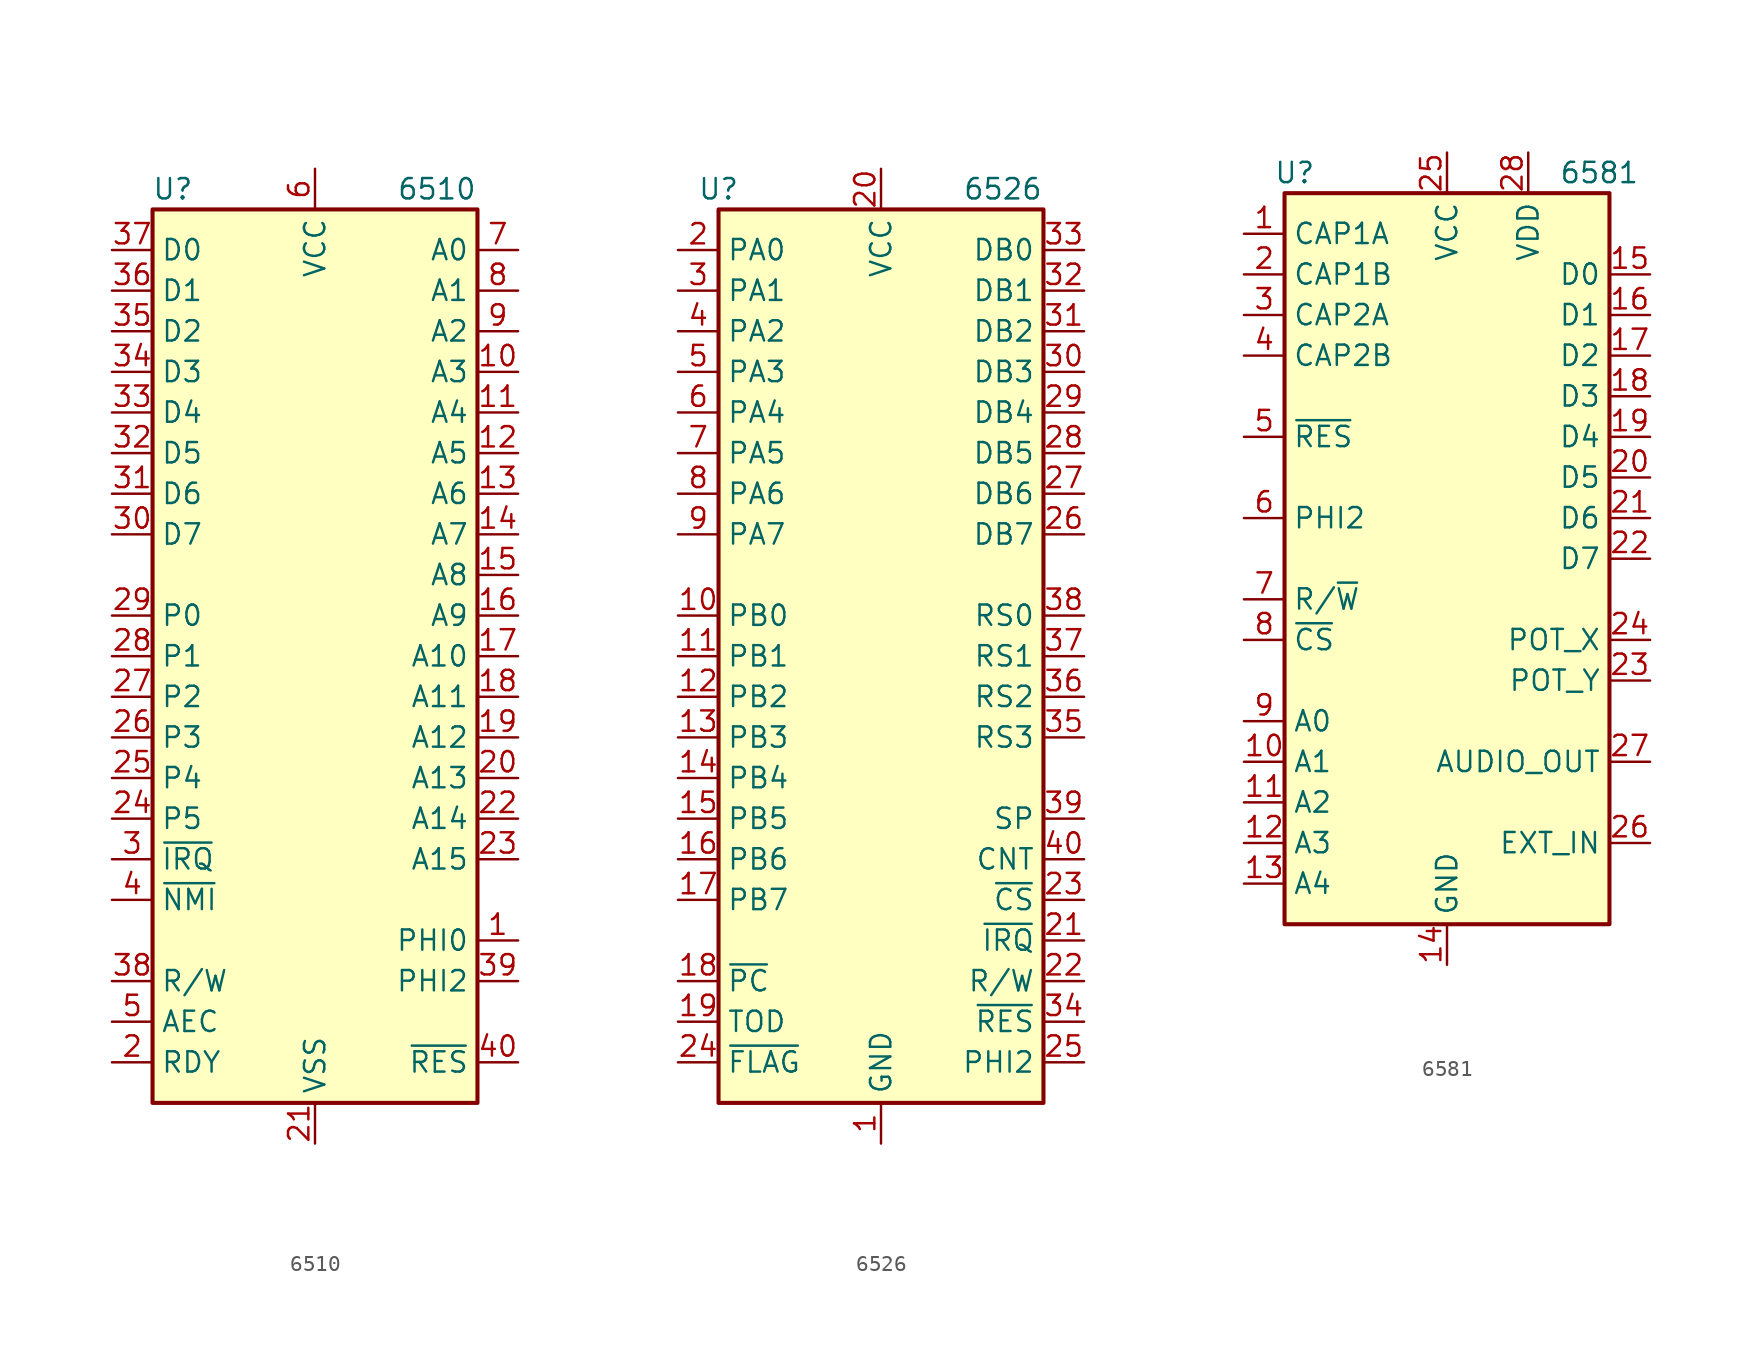
<source format=kicad_sym>
(kicad_symbol_lib
  (version 20220914)
  (generator kicad_symbol_editor)
  (symbol "6510"
    (property "Reference" "U"
      (at -8.89 29.21 0)
      (effects (font (size 1.27 1.27))))
    (property "Value" "6510"
      (at 7.62 29.21 0)
      (effects (font (size 1.27 1.27))))
    (symbol "6510_0_1"
      (rectangle (start -10.16 27.94) (end 10.16 -27.94) (stroke (width 0.254) (type solid)) (fill (type background))))
    (symbol "6510_1_1"
      (pin input line (at 12.7 -17.78 180) (length 2.54) (name "PHI0" (effects (font (size 1.27 1.27)))) (number "1" (effects (font (size 1.27 1.27)))))
      (pin output line (at 12.7 17.78 180) (length 2.54) (name "A3" (effects (font (size 1.27 1.27)))) (number "10" (effects (font (size 1.27 1.27)))))
      (pin output line (at 12.7 15.24 180) (length 2.54) (name "A4" (effects (font (size 1.27 1.27)))) (number "11" (effects (font (size 1.27 1.27)))))
      (pin output line (at 12.7 12.7 180) (length 2.54) (name "A5" (effects (font (size 1.27 1.27)))) (number "12" (effects (font (size 1.27 1.27)))))
      (pin output line (at 12.7 10.16 180) (length 2.54) (name "A6" (effects (font (size 1.27 1.27)))) (number "13" (effects (font (size 1.27 1.27)))))
      (pin output line (at 12.7 7.62 180) (length 2.54) (name "A7" (effects (font (size 1.27 1.27)))) (number "14" (effects (font (size 1.27 1.27)))))
      (pin output line (at 12.7 5.08 180) (length 2.54) (name "A8" (effects (font (size 1.27 1.27)))) (number "15" (effects (font (size 1.27 1.27)))))
      (pin output line (at 12.7 2.54 180) (length 2.54) (name "A9" (effects (font (size 1.27 1.27)))) (number "16" (effects (font (size 1.27 1.27)))))
      (pin output line (at 12.7 0 180) (length 2.54) (name "A10" (effects (font (size 1.27 1.27)))) (number "17" (effects (font (size 1.27 1.27)))))
      (pin output line (at 12.7 -2.54 180) (length 2.54) (name "A11" (effects (font (size 1.27 1.27)))) (number "18" (effects (font (size 1.27 1.27)))))
      (pin output line (at 12.7 -5.08 180) (length 2.54) (name "A12" (effects (font (size 1.27 1.27)))) (number "19" (effects (font (size 1.27 1.27)))))
      (pin input line (at -12.7 -25.4 0) (length 2.54) (name "RDY" (effects (font (size 1.27 1.27)))) (number "2" (effects (font (size 1.27 1.27)))))
      (pin output line (at 12.7 -7.62 180) (length 2.54) (name "A13" (effects (font (size 1.27 1.27)))) (number "20" (effects (font (size 1.27 1.27)))))
      (pin power_in line (at 0 -30.48 90) (length 2.54) (name "VSS" (effects (font (size 1.27 1.27)))) (number "21" (effects (font (size 1.27 1.27)))))
      (pin output line (at 12.7 -10.16 180) (length 2.54) (name "A14" (effects (font (size 1.27 1.27)))) (number "22" (effects (font (size 1.27 1.27)))))
      (pin output line (at 12.7 -12.7 180) (length 2.54) (name "A15" (effects (font (size 1.27 1.27)))) (number "23" (effects (font (size 1.27 1.27)))))
      (pin bidirectional line (at -12.7 -10.16 0) (length 2.54) (name "P5" (effects (font (size 1.27 1.27)))) (number "24" (effects (font (size 1.27 1.27)))))
      (pin bidirectional line (at -12.7 -7.62 0) (length 2.54) (name "P4" (effects (font (size 1.27 1.27)))) (number "25" (effects (font (size 1.27 1.27)))))
      (pin bidirectional line (at -12.7 -5.08 0) (length 2.54) (name "P3" (effects (font (size 1.27 1.27)))) (number "26" (effects (font (size 1.27 1.27)))))
      (pin bidirectional line (at -12.7 -2.54 0) (length 2.54) (name "P2" (effects (font (size 1.27 1.27)))) (number "27" (effects (font (size 1.27 1.27)))))
      (pin bidirectional line (at -12.7 0 0) (length 2.54) (name "P1" (effects (font (size 1.27 1.27)))) (number "28" (effects (font (size 1.27 1.27)))))
      (pin bidirectional line (at -12.7 2.54 0) (length 2.54) (name "P0" (effects (font (size 1.27 1.27)))) (number "29" (effects (font (size 1.27 1.27)))))
      (pin input line (at -12.7 -12.7 0) (length 2.54) (name "~{IRQ}" (effects (font (size 1.27 1.27)))) (number "3" (effects (font (size 1.27 1.27)))))
      (pin bidirectional line (at -12.7 7.62 0) (length 2.54) (name "D7" (effects (font (size 1.27 1.27)))) (number "30" (effects (font (size 1.27 1.27)))))
      (pin bidirectional line (at -12.7 10.16 0) (length 2.54) (name "D6" (effects (font (size 1.27 1.27)))) (number "31" (effects (font (size 1.27 1.27)))))
      (pin bidirectional line (at -12.7 12.7 0) (length 2.54) (name "D5" (effects (font (size 1.27 1.27)))) (number "32" (effects (font (size 1.27 1.27)))))
      (pin bidirectional line (at -12.7 15.24 0) (length 2.54) (name "D4" (effects (font (size 1.27 1.27)))) (number "33" (effects (font (size 1.27 1.27)))))
      (pin bidirectional line (at -12.7 17.78 0) (length 2.54) (name "D3" (effects (font (size 1.27 1.27)))) (number "34" (effects (font (size 1.27 1.27)))))
      (pin bidirectional line (at -12.7 20.32 0) (length 2.54) (name "D2" (effects (font (size 1.27 1.27)))) (number "35" (effects (font (size 1.27 1.27)))))
      (pin bidirectional line (at -12.7 22.86 0) (length 2.54) (name "D1" (effects (font (size 1.27 1.27)))) (number "36" (effects (font (size 1.27 1.27)))))
      (pin bidirectional line (at -12.7 25.4 0) (length 2.54) (name "D0" (effects (font (size 1.27 1.27)))) (number "37" (effects (font (size 1.27 1.27)))))
      (pin output line (at -12.7 -20.32 0) (length 2.54) (name "R/W" (effects (font (size 1.27 1.27)))) (number "38" (effects (font (size 1.27 1.27)))))
      (pin output line (at 12.7 -20.32 180) (length 2.54) (name "PHI2" (effects (font (size 1.27 1.27)))) (number "39" (effects (font (size 1.27 1.27)))))
      (pin input line (at -12.7 -15.24 0) (length 2.54) (name "~{NMI}" (effects (font (size 1.27 1.27)))) (number "4" (effects (font (size 1.27 1.27)))))
      (pin input line (at 12.7 -25.4 180) (length 2.54) (name "~{RES}" (effects (font (size 1.27 1.27)))) (number "40" (effects (font (size 1.27 1.27)))))
      (pin input line (at -12.7 -22.86 0) (length 2.54) (name "AEC" (effects (font (size 1.27 1.27)))) (number "5" (effects (font (size 1.27 1.27)))))
      (pin power_in line (at 0 30.48 270) (length 2.54) (name "VCC" (effects (font (size 1.27 1.27)))) (number "6" (effects (font (size 1.27 1.27)))))
      (pin output line (at 12.7 25.4 180) (length 2.54) (name "A0" (effects (font (size 1.27 1.27)))) (number "7" (effects (font (size 1.27 1.27)))))
      (pin output line (at 12.7 22.86 180) (length 2.54) (name "A1" (effects (font (size 1.27 1.27)))) (number "8" (effects (font (size 1.27 1.27)))))
      (pin output line (at 12.7 20.32 180) (length 2.54) (name "A2" (effects (font (size 1.27 1.27)))) (number "9" (effects (font (size 1.27 1.27)))))))
  (symbol "6526"
    (property "Reference" "U"
      (at -10.16 29.21 0)
      (effects (font (size 1.27 1.27))))
    (property "Value" "6526"
      (at 7.62 29.21 0)
      (effects (font (size 1.27 1.27))))
    (symbol "6526_0_0"
      (pin power_in line (at 0 -30.48 90) (length 2.54) (name "GND" (effects (font (size 1.27 1.27)))) (number "1" (effects (font (size 1.27 1.27)))))
      (pin bidirectional line (at -12.7 2.54 0) (length 2.54) (name "PB0" (effects (font (size 1.27 1.27)))) (number "10" (effects (font (size 1.27 1.27)))))
      (pin bidirectional line (at -12.7 0 0) (length 2.54) (name "PB1" (effects (font (size 1.27 1.27)))) (number "11" (effects (font (size 1.27 1.27)))))
      (pin bidirectional line (at -12.7 -2.54 0) (length 2.54) (name "PB2" (effects (font (size 1.27 1.27)))) (number "12" (effects (font (size 1.27 1.27)))))
      (pin bidirectional line (at -12.7 -5.08 0) (length 2.54) (name "PB3" (effects (font (size 1.27 1.27)))) (number "13" (effects (font (size 1.27 1.27)))))
      (pin bidirectional line (at -12.7 -7.62 0) (length 2.54) (name "PB4" (effects (font (size 1.27 1.27)))) (number "14" (effects (font (size 1.27 1.27)))))
      (pin bidirectional line (at -12.7 -10.16 0) (length 2.54) (name "PB5" (effects (font (size 1.27 1.27)))) (number "15" (effects (font (size 1.27 1.27)))))
      (pin bidirectional line (at -12.7 -12.7 0) (length 2.54) (name "PB6" (effects (font (size 1.27 1.27)))) (number "16" (effects (font (size 1.27 1.27)))))
      (pin bidirectional line (at -12.7 -15.24 0) (length 2.54) (name "PB7" (effects (font (size 1.27 1.27)))) (number "17" (effects (font (size 1.27 1.27)))))
      (pin output line (at -12.7 -20.32 0) (length 2.54) (name "~{PC}" (effects (font (size 1.27 1.27)))) (number "18" (effects (font (size 1.27 1.27)))))
      (pin input line (at -12.7 -22.86 0) (length 2.54) (name "TOD" (effects (font (size 1.27 1.27)))) (number "19" (effects (font (size 1.27 1.27)))))
      (pin bidirectional line (at -12.7 25.4 0) (length 2.54) (name "PA0" (effects (font (size 1.27 1.27)))) (number "2" (effects (font (size 1.27 1.27)))))
      (pin power_in line (at 0 30.48 270) (length 2.54) (name "VCC" (effects (font (size 1.27 1.27)))) (number "20" (effects (font (size 1.27 1.27)))))
      (pin open_collector line (at 12.7 -17.78 180) (length 2.54) (name "~{IRQ}" (effects (font (size 1.27 1.27)))) (number "21" (effects (font (size 1.27 1.27)))))
      (pin input line (at 12.7 -20.32 180) (length 2.54) (name "R/W" (effects (font (size 1.27 1.27)))) (number "22" (effects (font (size 1.27 1.27)))))
      (pin input line (at 12.7 -15.24 180) (length 2.54) (name "~{CS}" (effects (font (size 1.27 1.27)))) (number "23" (effects (font (size 1.27 1.27)))))
      (pin input line (at -12.7 -25.4 0) (length 2.54) (name "~{FLAG}" (effects (font (size 1.27 1.27)))) (number "24" (effects (font (size 1.27 1.27)))))
      (pin input line (at 12.7 -25.4 180) (length 2.54) (name "PHI2" (effects (font (size 1.27 1.27)))) (number "25" (effects (font (size 1.27 1.27)))))
      (pin bidirectional line (at 12.7 7.62 180) (length 2.54) (name "DB7" (effects (font (size 1.27 1.27)))) (number "26" (effects (font (size 1.27 1.27)))))
      (pin bidirectional line (at 12.7 10.16 180) (length 2.54) (name "DB6" (effects (font (size 1.27 1.27)))) (number "27" (effects (font (size 1.27 1.27)))))
      (pin bidirectional line (at 12.7 12.7 180) (length 2.54) (name "DB5" (effects (font (size 1.27 1.27)))) (number "28" (effects (font (size 1.27 1.27)))))
      (pin bidirectional line (at 12.7 15.24 180) (length 2.54) (name "DB4" (effects (font (size 1.27 1.27)))) (number "29" (effects (font (size 1.27 1.27)))))
      (pin bidirectional line (at -12.7 22.86 0) (length 2.54) (name "PA1" (effects (font (size 1.27 1.27)))) (number "3" (effects (font (size 1.27 1.27)))))
      (pin bidirectional line (at 12.7 17.78 180) (length 2.54) (name "DB3" (effects (font (size 1.27 1.27)))) (number "30" (effects (font (size 1.27 1.27)))))
      (pin bidirectional line (at 12.7 20.32 180) (length 2.54) (name "DB2" (effects (font (size 1.27 1.27)))) (number "31" (effects (font (size 1.27 1.27)))))
      (pin bidirectional line (at 12.7 22.86 180) (length 2.54) (name "DB1" (effects (font (size 1.27 1.27)))) (number "32" (effects (font (size 1.27 1.27)))))
      (pin bidirectional line (at 12.7 25.4 180) (length 2.54) (name "DB0" (effects (font (size 1.27 1.27)))) (number "33" (effects (font (size 1.27 1.27)))))
      (pin input line (at 12.7 -22.86 180) (length 2.54) (name "~{RES}" (effects (font (size 1.27 1.27)))) (number "34" (effects (font (size 1.27 1.27)))))
      (pin input line (at 12.7 -5.08 180) (length 2.54) (name "RS3" (effects (font (size 1.27 1.27)))) (number "35" (effects (font (size 1.27 1.27)))))
      (pin input line (at 12.7 -2.54 180) (length 2.54) (name "RS2" (effects (font (size 1.27 1.27)))) (number "36" (effects (font (size 1.27 1.27)))))
      (pin input line (at 12.7 0 180) (length 2.54) (name "RS1" (effects (font (size 1.27 1.27)))) (number "37" (effects (font (size 1.27 1.27)))))
      (pin input line (at 12.7 2.54 180) (length 2.54) (name "RS0" (effects (font (size 1.27 1.27)))) (number "38" (effects (font (size 1.27 1.27)))))
      (pin bidirectional line (at 12.7 -10.16 180) (length 2.54) (name "SP" (effects (font (size 1.27 1.27)))) (number "39" (effects (font (size 1.27 1.27)))))
      (pin bidirectional line (at -12.7 20.32 0) (length 2.54) (name "PA2" (effects (font (size 1.27 1.27)))) (number "4" (effects (font (size 1.27 1.27)))))
      (pin bidirectional line (at 12.7 -12.7 180) (length 2.54) (name "CNT" (effects (font (size 1.27 1.27)))) (number "40" (effects (font (size 1.27 1.27)))))
      (pin bidirectional line (at -12.7 17.78 0) (length 2.54) (name "PA3" (effects (font (size 1.27 1.27)))) (number "5" (effects (font (size 1.27 1.27)))))
      (pin bidirectional line (at -12.7 15.24 0) (length 2.54) (name "PA4" (effects (font (size 1.27 1.27)))) (number "6" (effects (font (size 1.27 1.27)))))
      (pin bidirectional line (at -12.7 12.7 0) (length 2.54) (name "PA5" (effects (font (size 1.27 1.27)))) (number "7" (effects (font (size 1.27 1.27)))))
      (pin bidirectional line (at -12.7 10.16 0) (length 2.54) (name "PA6" (effects (font (size 1.27 1.27)))) (number "8" (effects (font (size 1.27 1.27)))))
      (pin bidirectional line (at -12.7 7.62 0) (length 2.54) (name "PA7" (effects (font (size 1.27 1.27)))) (number "9" (effects (font (size 1.27 1.27))))))
    (symbol "6526_0_1"
      (rectangle (start -10.16 27.94) (end 10.16 -27.94) (stroke (width 0.254) (type solid)) (fill (type background)))))
  (symbol "6581"
    (property "Reference" "U"
      (at -9.525 24.13 0)
      (effects (font (size 1.27 1.27))))
    (property "Value" "6581"
      (at 9.525 24.13 0)
      (effects (font (size 1.27 1.27))))
    (symbol "6581_0_1"
      (rectangle (start -10.16 22.86) (end 10.16 -22.86) (stroke (width 0.254) (type solid)) (fill (type background))))
    (symbol "6581_1_1"
      (pin passive line (at -12.7 20.32 0) (length 2.54) (name "CAP1A" (effects (font (size 1.27 1.27)))) (number "1" (effects (font (size 1.27 1.27)))))
      (pin input line (at -12.7 -12.7 0) (length 2.54) (name "A1" (effects (font (size 1.27 1.27)))) (number "10" (effects (font (size 1.27 1.27)))))
      (pin input line (at -12.7 -15.24 0) (length 2.54) (name "A2" (effects (font (size 1.27 1.27)))) (number "11" (effects (font (size 1.27 1.27)))))
      (pin input line (at -12.7 -17.78 0) (length 2.54) (name "A3" (effects (font (size 1.27 1.27)))) (number "12" (effects (font (size 1.27 1.27)))))
      (pin input line (at -12.7 -20.32 0) (length 2.54) (name "A4" (effects (font (size 1.27 1.27)))) (number "13" (effects (font (size 1.27 1.27)))))
      (pin power_in line (at 0 -25.4 90) (length 2.54) (name "GND" (effects (font (size 1.27 1.27)))) (number "14" (effects (font (size 1.27 1.27)))))
      (pin input line (at 12.7 17.78 180) (length 2.54) (name "D0" (effects (font (size 1.27 1.27)))) (number "15" (effects (font (size 1.27 1.27)))))
      (pin input line (at 12.7 15.24 180) (length 2.54) (name "D1" (effects (font (size 1.27 1.27)))) (number "16" (effects (font (size 1.27 1.27)))))
      (pin input line (at 12.7 12.7 180) (length 2.54) (name "D2" (effects (font (size 1.27 1.27)))) (number "17" (effects (font (size 1.27 1.27)))))
      (pin input line (at 12.7 10.16 180) (length 2.54) (name "D3" (effects (font (size 1.27 1.27)))) (number "18" (effects (font (size 1.27 1.27)))))
      (pin input line (at 12.7 7.62 180) (length 2.54) (name "D4" (effects (font (size 1.27 1.27)))) (number "19" (effects (font (size 1.27 1.27)))))
      (pin passive line (at -12.7 17.78 0) (length 2.54) (name "CAP1B" (effects (font (size 1.27 1.27)))) (number "2" (effects (font (size 1.27 1.27)))))
      (pin input line (at 12.7 5.08 180) (length 2.54) (name "D5" (effects (font (size 1.27 1.27)))) (number "20" (effects (font (size 1.27 1.27)))))
      (pin input line (at 12.7 2.54 180) (length 2.54) (name "D6" (effects (font (size 1.27 1.27)))) (number "21" (effects (font (size 1.27 1.27)))))
      (pin input line (at 12.7 0 180) (length 2.54) (name "D7" (effects (font (size 1.27 1.27)))) (number "22" (effects (font (size 1.27 1.27)))))
      (pin input line (at 12.7 -7.62 180) (length 2.54) (name "POT_Y" (effects (font (size 1.27 1.27)))) (number "23" (effects (font (size 1.27 1.27)))))
      (pin input line (at 12.7 -5.08 180) (length 2.54) (name "POT_X" (effects (font (size 1.27 1.27)))) (number "24" (effects (font (size 1.27 1.27)))))
      (pin power_in line (at 0 25.4 270) (length 2.54) (name "VCC" (effects (font (size 1.27 1.27)))) (number "25" (effects (font (size 1.27 1.27)))))
      (pin input line (at 12.7 -17.78 180) (length 2.54) (name "EXT_IN" (effects (font (size 1.27 1.27)))) (number "26" (effects (font (size 1.27 1.27)))))
      (pin output line (at 12.7 -12.7 180) (length 2.54) (name "AUDIO_OUT" (effects (font (size 1.27 1.27)))) (number "27" (effects (font (size 1.27 1.27)))))
      (pin power_in line (at 5.08 25.4 270) (length 2.54) (name "VDD" (effects (font (size 1.27 1.27)))) (number "28" (effects (font (size 1.27 1.27)))))
      (pin passive line (at -12.7 15.24 0) (length 2.54) (name "CAP2A" (effects (font (size 1.27 1.27)))) (number "3" (effects (font (size 1.27 1.27)))))
      (pin passive line (at -12.7 12.7 0) (length 2.54) (name "CAP2B" (effects (font (size 1.27 1.27)))) (number "4" (effects (font (size 1.27 1.27)))))
      (pin input line (at -12.7 7.62 0) (length 2.54) (name "~{RES}" (effects (font (size 1.27 1.27)))) (number "5" (effects (font (size 1.27 1.27)))))
      (pin input line (at -12.7 2.54 0) (length 2.54) (name "PHI2" (effects (font (size 1.27 1.27)))) (number "6" (effects (font (size 1.27 1.27)))))
      (pin input line (at -12.7 -2.54 0) (length 2.54) (name "R/~{W}" (effects (font (size 1.27 1.27)))) (number "7" (effects (font (size 1.27 1.27)))))
      (pin input line (at -12.7 -5.08 0) (length 2.54) (name "~{CS}" (effects (font (size 1.27 1.27)))) (number "8" (effects (font (size 1.27 1.27)))))
      (pin input line (at -12.7 -10.16 0) (length 2.54) (name "A0" (effects (font (size 1.27 1.27)))) (number "9" (effects (font (size 1.27 1.27))))))))
</source>
